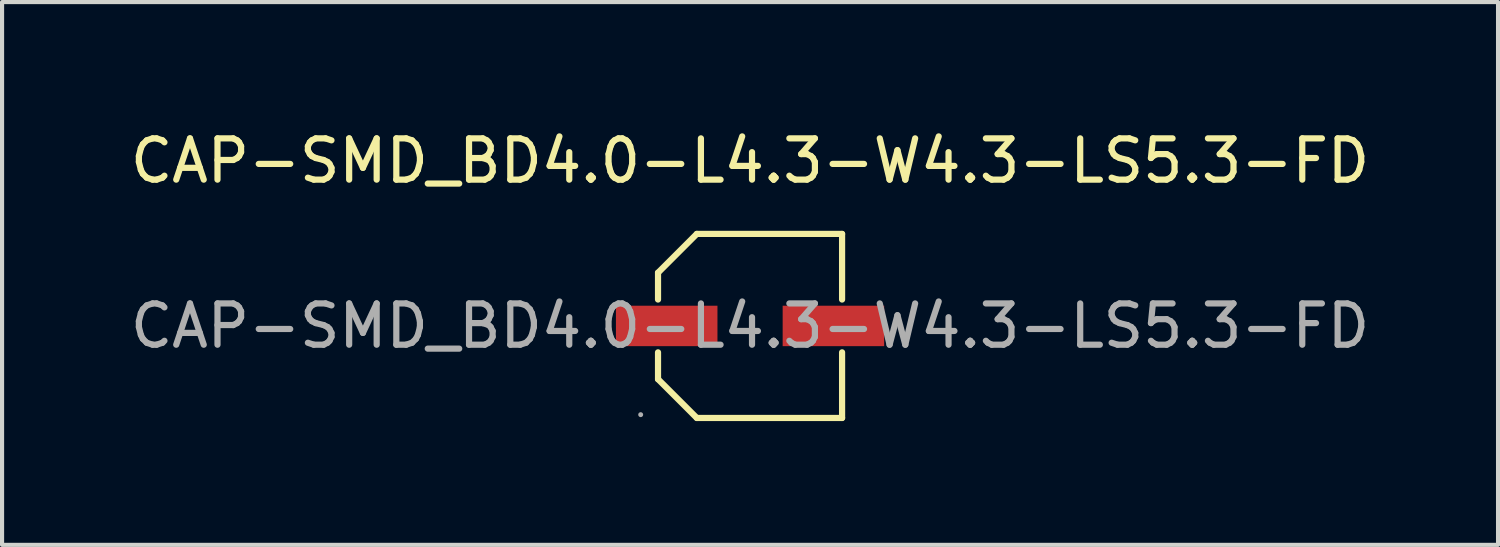
<source format=kicad_pcb>
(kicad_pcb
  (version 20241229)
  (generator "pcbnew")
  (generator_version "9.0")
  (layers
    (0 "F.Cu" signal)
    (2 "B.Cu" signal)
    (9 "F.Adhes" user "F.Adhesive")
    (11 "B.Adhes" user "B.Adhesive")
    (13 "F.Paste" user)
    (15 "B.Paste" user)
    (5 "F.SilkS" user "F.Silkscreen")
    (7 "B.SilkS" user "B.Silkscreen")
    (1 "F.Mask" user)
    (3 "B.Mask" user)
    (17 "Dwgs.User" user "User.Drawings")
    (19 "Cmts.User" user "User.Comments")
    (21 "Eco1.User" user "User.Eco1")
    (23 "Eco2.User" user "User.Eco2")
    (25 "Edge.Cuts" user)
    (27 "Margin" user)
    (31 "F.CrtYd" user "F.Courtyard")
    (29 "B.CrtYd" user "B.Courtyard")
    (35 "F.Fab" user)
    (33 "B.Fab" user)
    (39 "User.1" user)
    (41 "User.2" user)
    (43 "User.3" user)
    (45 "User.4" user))
  (footprint "CAP-SMD_BD4.0-L4.3-W4.3-LS5.3-FD"
    (layer "F.Cu")
    (at 15.125 4.848)
    (property "Reference" "CAP-SMD_BD4.0-L4.3-W4.3-LS5.3-FD" (at 0 -4 0) (layer "F.SilkS") (effects (font (size 1 1) (thickness 0.15))))
    (attr through_hole)
    (fp_line (start -2.23 -1.29) (end -1.29 -2.23) (stroke (width 0.15) (type solid)) (layer "F.SilkS"))
    (fp_line (start -2.23 -0.64) (end -2.23 -1.29) (stroke (width 0.15) (type solid)) (layer "F.SilkS"))
    (fp_line (start -2.23 0.64) (end -2.23 1.29) (stroke (width 0.15) (type solid)) (layer "F.SilkS"))
    (fp_line (start -2.23 1.29) (end -1.29 2.23) (stroke (width 0.15) (type solid)) (layer "F.SilkS"))
    (fp_line (start -1.29 -2.23) (end 2.23 -2.23) (stroke (width 0.15) (type solid)) (layer "F.SilkS"))
    (fp_line (start -1.29 2.23) (end 2.23 2.23) (stroke (width 0.15) (type solid)) (layer "F.SilkS"))
    (fp_line (start 2.23 -2.23) (end 2.23 -0.64) (stroke (width 0.15) (type solid)) (layer "F.SilkS"))
    (fp_line (start 2.23 2.23) (end 2.23 0.64) (stroke (width 0.15) (type solid)) (layer "F.SilkS"))
    (fp_circle (center -2.65 2.15) (end -2.62 2.15) (stroke (width 0.06) (type solid)) (fill no) (layer "F.Fab"))
    (fp_text user "${REFERENCE}" (at 0 0 0) (layer "F.Fab") (effects (font (size 1 1) (thickness 0.15))))
    (pad "1" smd rect (at -2.02 0) (size 2.46 0.98) (layers "F.Cu" "F.Mask" "F.Paste"))
    (pad "2" smd rect (at 2.02 0) (size 2.46 0.98) (layers "F.Cu" "F.Mask" "F.Paste")))
  (gr_rect
    (start -3 -3)
    (end 33.25 10.153)
    (stroke (width 0.1) (type default))
    (fill no)
    (layer "Edge.Cuts")))
</source>
